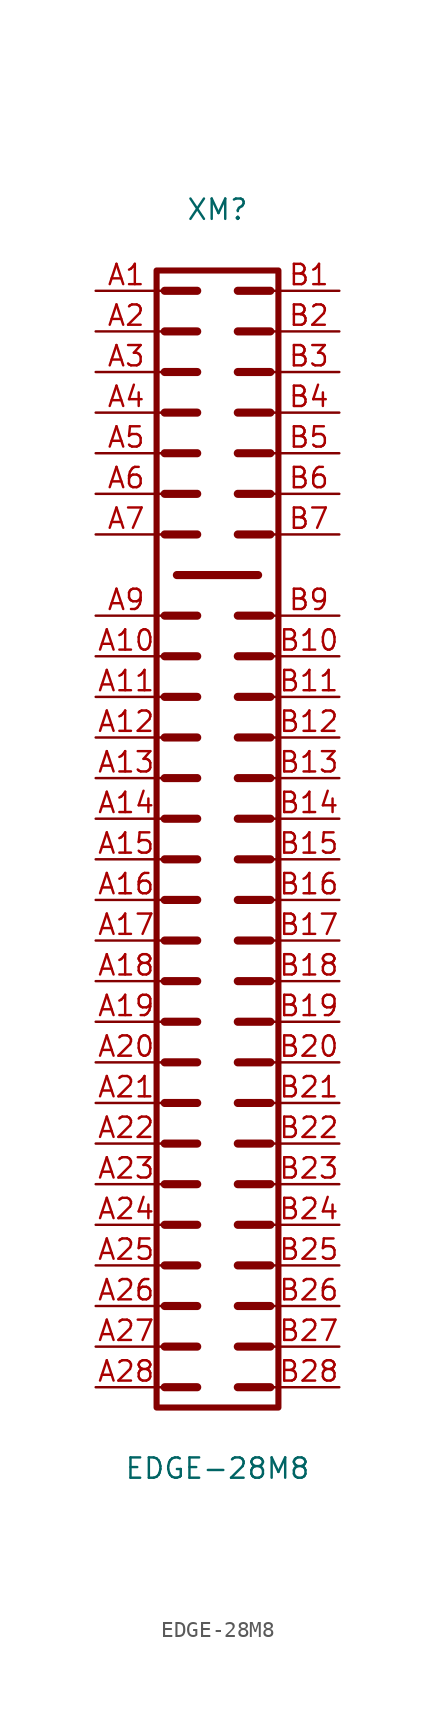
<source format=kicad_sym>
(kicad_symbol_lib
  (version 20231120)
  (generator "kicad_symbol_editor")
  (generator_version "8.0")
  (symbol "EDGE-28M8"
    (pin_names
      (offset 1.016))
    (property "Reference" "XM"
      (at 0 39.37 0)
      (effects (font (size 1.27 1.27))))
    (property "Value" "EDGE-28M8"
      (at 0 -39.37 0)
      (effects (font (size 1.27 1.27))))
    (symbol "EDGE-28M8_0_0"
      (polyline (pts (xy -2.54 16.51) (xy 2.54 16.51)) (stroke (width 0.508) (type default)) (fill (type none))))
    (symbol "EDGE-28M8_0_1"
      (rectangle (start -3.81 35.56) (end 3.81 -35.56) (stroke (width 0.381) (type default)) (fill (type none)))
      (polyline (pts (xy -3.81 -34.29) (xy -3.302 -34.29)) (stroke (width 0) (type default)) (fill (type none)))
      (polyline (pts (xy -3.81 -31.75) (xy -3.302 -31.75)) (stroke (width 0) (type default)) (fill (type none)))
      (polyline (pts (xy -3.81 -29.21) (xy -3.302 -29.21)) (stroke (width 0) (type default)) (fill (type none)))
      (polyline (pts (xy -3.81 -26.67) (xy -3.302 -26.67)) (stroke (width 0) (type default)) (fill (type none)))
      (polyline (pts (xy -3.81 -24.13) (xy -3.302 -24.13)) (stroke (width 0) (type default)) (fill (type none)))
      (polyline (pts (xy -3.81 -21.59) (xy -3.302 -21.59)) (stroke (width 0) (type default)) (fill (type none)))
      (polyline (pts (xy -3.81 -19.05) (xy -3.302 -19.05)) (stroke (width 0) (type default)) (fill (type none)))
      (polyline (pts (xy -3.81 -16.51) (xy -3.302 -16.51)) (stroke (width 0) (type default)) (fill (type none)))
      (polyline (pts (xy -3.81 -13.97) (xy -3.302 -13.97)) (stroke (width 0) (type default)) (fill (type none)))
      (polyline (pts (xy -3.81 -11.43) (xy -3.302 -11.43)) (stroke (width 0) (type default)) (fill (type none)))
      (polyline (pts (xy -3.81 -8.89) (xy -3.302 -8.89)) (stroke (width 0) (type default)) (fill (type none)))
      (polyline (pts (xy -3.81 -6.35) (xy -3.302 -6.35)) (stroke (width 0) (type default)) (fill (type none)))
      (polyline (pts (xy -3.81 -3.81) (xy -3.302 -3.81)) (stroke (width 0) (type default)) (fill (type none)))
      (polyline (pts (xy -3.81 -1.27) (xy -3.302 -1.27)) (stroke (width 0) (type default)) (fill (type none)))
      (polyline (pts (xy -3.81 1.27) (xy -3.302 1.27)) (stroke (width 0) (type default)) (fill (type none)))
      (polyline (pts (xy -3.81 3.81) (xy -3.302 3.81)) (stroke (width 0) (type default)) (fill (type none)))
      (polyline (pts (xy -3.81 6.35) (xy -3.302 6.35)) (stroke (width 0) (type default)) (fill (type none)))
      (polyline (pts (xy -3.81 8.89) (xy -3.302 8.89)) (stroke (width 0) (type default)) (fill (type none)))
      (polyline (pts (xy -3.81 11.43) (xy -3.302 11.43)) (stroke (width 0) (type default)) (fill (type none)))
      (polyline (pts (xy -3.81 13.97) (xy -3.302 13.97)) (stroke (width 0) (type default)) (fill (type none)))
      (polyline (pts (xy -3.81 19.05) (xy -3.302 19.05)) (stroke (width 0) (type default)) (fill (type none)))
      (polyline (pts (xy -3.81 21.59) (xy -3.302 21.59)) (stroke (width 0) (type default)) (fill (type none)))
      (polyline (pts (xy -3.81 24.13) (xy -3.302 24.13)) (stroke (width 0) (type default)) (fill (type none)))
      (polyline (pts (xy -3.81 26.67) (xy -3.302 26.67)) (stroke (width 0) (type default)) (fill (type none)))
      (polyline (pts (xy -3.81 29.21) (xy -3.302 29.21)) (stroke (width 0) (type default)) (fill (type none)))
      (polyline (pts (xy -3.81 31.75) (xy -3.302 31.75)) (stroke (width 0) (type default)) (fill (type none)))
      (polyline (pts (xy -3.81 34.29) (xy -3.302 34.29)) (stroke (width 0) (type default)) (fill (type none)))
      (polyline (pts (xy -3.302 -34.29) (xy -1.27 -34.29)) (stroke (width 0.508) (type default)) (fill (type none)))
      (polyline (pts (xy -3.302 -31.75) (xy -1.27 -31.75)) (stroke (width 0.508) (type default)) (fill (type none)))
      (polyline (pts (xy -3.302 -29.21) (xy -1.27 -29.21)) (stroke (width 0.508) (type default)) (fill (type none)))
      (polyline (pts (xy -3.302 -26.67) (xy -1.27 -26.67)) (stroke (width 0.508) (type default)) (fill (type none)))
      (polyline (pts (xy -3.302 -24.13) (xy -1.27 -24.13)) (stroke (width 0.508) (type default)) (fill (type none)))
      (polyline (pts (xy -3.302 -21.59) (xy -1.27 -21.59)) (stroke (width 0.508) (type default)) (fill (type none)))
      (polyline (pts (xy -3.302 -19.05) (xy -1.27 -19.05)) (stroke (width 0.508) (type default)) (fill (type none)))
      (polyline (pts (xy -3.302 -16.51) (xy -1.27 -16.51)) (stroke (width 0.508) (type default)) (fill (type none)))
      (polyline (pts (xy -3.302 -13.97) (xy -1.27 -13.97)) (stroke (width 0.508) (type default)) (fill (type none)))
      (polyline (pts (xy -3.302 -11.43) (xy -1.27 -11.43)) (stroke (width 0.508) (type default)) (fill (type none)))
      (polyline (pts (xy -3.302 -8.89) (xy -1.27 -8.89)) (stroke (width 0.508) (type default)) (fill (type none)))
      (polyline (pts (xy -3.302 -6.35) (xy -1.27 -6.35)) (stroke (width 0.508) (type default)) (fill (type none)))
      (polyline (pts (xy -3.302 -3.81) (xy -1.27 -3.81)) (stroke (width 0.508) (type default)) (fill (type none)))
      (polyline (pts (xy -3.302 -1.27) (xy -1.27 -1.27)) (stroke (width 0.508) (type default)) (fill (type none)))
      (polyline (pts (xy -3.302 1.27) (xy -1.27 1.27)) (stroke (width 0.508) (type default)) (fill (type none)))
      (polyline (pts (xy -3.302 3.81) (xy -1.27 3.81)) (stroke (width 0.508) (type default)) (fill (type none)))
      (polyline (pts (xy -3.302 6.35) (xy -1.27 6.35)) (stroke (width 0.508) (type default)) (fill (type none)))
      (polyline (pts (xy -3.302 8.89) (xy -1.27 8.89)) (stroke (width 0.508) (type default)) (fill (type none)))
      (polyline (pts (xy -3.302 11.43) (xy -1.27 11.43)) (stroke (width 0.508) (type default)) (fill (type none)))
      (polyline (pts (xy -3.302 13.97) (xy -1.27 13.97)) (stroke (width 0.508) (type default)) (fill (type none)))
      (polyline (pts (xy -3.302 19.05) (xy -1.27 19.05)) (stroke (width 0.508) (type default)) (fill (type none)))
      (polyline (pts (xy -3.302 21.59) (xy -1.27 21.59)) (stroke (width 0.508) (type default)) (fill (type none)))
      (polyline (pts (xy -3.302 24.13) (xy -1.27 24.13)) (stroke (width 0.508) (type default)) (fill (type none)))
      (polyline (pts (xy -3.302 26.67) (xy -1.27 26.67)) (stroke (width 0.508) (type default)) (fill (type none)))
      (polyline (pts (xy -3.302 29.21) (xy -1.27 29.21)) (stroke (width 0.508) (type default)) (fill (type none)))
      (polyline (pts (xy -3.302 31.75) (xy -1.27 31.75)) (stroke (width 0.508) (type default)) (fill (type none)))
      (polyline (pts (xy -3.302 34.29) (xy -1.27 34.29)) (stroke (width 0.508) (type default)) (fill (type none)))
      (polyline (pts (xy 3.302 -34.29) (xy 1.27 -34.29)) (stroke (width 0.508) (type default)) (fill (type none)))
      (polyline (pts (xy 3.302 -31.75) (xy 1.27 -31.75)) (stroke (width 0.508) (type default)) (fill (type none)))
      (polyline (pts (xy 3.302 -29.21) (xy 1.27 -29.21)) (stroke (width 0.508) (type default)) (fill (type none)))
      (polyline (pts (xy 3.302 -26.67) (xy 1.27 -26.67)) (stroke (width 0.508) (type default)) (fill (type none)))
      (polyline (pts (xy 3.302 -24.13) (xy 1.27 -24.13)) (stroke (width 0.508) (type default)) (fill (type none)))
      (polyline (pts (xy 3.302 -21.59) (xy 1.27 -21.59)) (stroke (width 0.508) (type default)) (fill (type none)))
      (polyline (pts (xy 3.302 -19.05) (xy 1.27 -19.05)) (stroke (width 0.508) (type default)) (fill (type none)))
      (polyline (pts (xy 3.302 -16.51) (xy 1.27 -16.51)) (stroke (width 0.508) (type default)) (fill (type none)))
      (polyline (pts (xy 3.302 -13.97) (xy 1.27 -13.97)) (stroke (width 0.508) (type default)) (fill (type none)))
      (polyline (pts (xy 3.302 -11.43) (xy 1.27 -11.43)) (stroke (width 0.508) (type default)) (fill (type none)))
      (polyline (pts (xy 3.302 -8.89) (xy 1.27 -8.89)) (stroke (width 0.508) (type default)) (fill (type none)))
      (polyline (pts (xy 3.302 -6.35) (xy 1.27 -6.35)) (stroke (width 0.508) (type default)) (fill (type none)))
      (polyline (pts (xy 3.302 -3.81) (xy 1.27 -3.81)) (stroke (width 0.508) (type default)) (fill (type none)))
      (polyline (pts (xy 3.302 -1.27) (xy 1.27 -1.27)) (stroke (width 0.508) (type default)) (fill (type none)))
      (polyline (pts (xy 3.302 1.27) (xy 1.27 1.27)) (stroke (width 0.508) (type default)) (fill (type none)))
      (polyline (pts (xy 3.302 3.81) (xy 1.27 3.81)) (stroke (width 0.508) (type default)) (fill (type none)))
      (polyline (pts (xy 3.302 6.35) (xy 1.27 6.35)) (stroke (width 0.508) (type default)) (fill (type none)))
      (polyline (pts (xy 3.302 8.89) (xy 1.27 8.89)) (stroke (width 0.508) (type default)) (fill (type none)))
      (polyline (pts (xy 3.302 11.43) (xy 1.27 11.43)) (stroke (width 0.508) (type default)) (fill (type none)))
      (polyline (pts (xy 3.302 13.97) (xy 1.27 13.97)) (stroke (width 0.508) (type default)) (fill (type none)))
      (polyline (pts (xy 3.302 19.05) (xy 1.27 19.05)) (stroke (width 0.508) (type default)) (fill (type none)))
      (polyline (pts (xy 3.302 21.59) (xy 1.27 21.59)) (stroke (width 0.508) (type default)) (fill (type none)))
      (polyline (pts (xy 3.302 24.13) (xy 1.27 24.13)) (stroke (width 0.508) (type default)) (fill (type none)))
      (polyline (pts (xy 3.302 26.67) (xy 1.27 26.67)) (stroke (width 0.508) (type default)) (fill (type none)))
      (polyline (pts (xy 3.302 29.21) (xy 1.27 29.21)) (stroke (width 0.508) (type default)) (fill (type none)))
      (polyline (pts (xy 3.302 31.75) (xy 1.27 31.75)) (stroke (width 0.508) (type default)) (fill (type none)))
      (polyline (pts (xy 3.302 34.29) (xy 1.27 34.29)) (stroke (width 0.508) (type default)) (fill (type none)))
      (polyline (pts (xy 3.81 -34.29) (xy 3.302 -34.29)) (stroke (width 0) (type default)) (fill (type none)))
      (polyline (pts (xy 3.81 -31.75) (xy 3.302 -31.75)) (stroke (width 0) (type default)) (fill (type none)))
      (polyline (pts (xy 3.81 -29.21) (xy 3.302 -29.21)) (stroke (width 0) (type default)) (fill (type none)))
      (polyline (pts (xy 3.81 -26.67) (xy 3.302 -26.67)) (stroke (width 0) (type default)) (fill (type none)))
      (polyline (pts (xy 3.81 -24.13) (xy 3.302 -24.13)) (stroke (width 0) (type default)) (fill (type none)))
      (polyline (pts (xy 3.81 -21.59) (xy 3.302 -21.59)) (stroke (width 0) (type default)) (fill (type none)))
      (polyline (pts (xy 3.81 -19.05) (xy 3.302 -19.05)) (stroke (width 0) (type default)) (fill (type none)))
      (polyline (pts (xy 3.81 -16.51) (xy 3.302 -16.51)) (stroke (width 0) (type default)) (fill (type none)))
      (polyline (pts (xy 3.81 -13.97) (xy 3.302 -13.97)) (stroke (width 0) (type default)) (fill (type none)))
      (polyline (pts (xy 3.81 -11.43) (xy 3.302 -11.43)) (stroke (width 0) (type default)) (fill (type none)))
      (polyline (pts (xy 3.81 -8.89) (xy 3.302 -8.89)) (stroke (width 0) (type default)) (fill (type none)))
      (polyline (pts (xy 3.81 -6.35) (xy 3.302 -6.35)) (stroke (width 0) (type default)) (fill (type none)))
      (polyline (pts (xy 3.81 -3.81) (xy 3.302 -3.81)) (stroke (width 0) (type default)) (fill (type none)))
      (polyline (pts (xy 3.81 -1.27) (xy 3.302 -1.27)) (stroke (width 0) (type default)) (fill (type none)))
      (polyline (pts (xy 3.81 1.27) (xy 3.302 1.27)) (stroke (width 0) (type default)) (fill (type none)))
      (polyline (pts (xy 3.81 3.81) (xy 3.302 3.81)) (stroke (width 0) (type default)) (fill (type none)))
      (polyline (pts (xy 3.81 6.35) (xy 3.302 6.35)) (stroke (width 0) (type default)) (fill (type none)))
      (polyline (pts (xy 3.81 8.89) (xy 3.302 8.89)) (stroke (width 0) (type default)) (fill (type none)))
      (polyline (pts (xy 3.81 11.43) (xy 3.302 11.43)) (stroke (width 0) (type default)) (fill (type none)))
      (polyline (pts (xy 3.81 13.97) (xy 3.302 13.97)) (stroke (width 0) (type default)) (fill (type none)))
      (polyline (pts (xy 3.81 19.05) (xy 3.302 19.05)) (stroke (width 0) (type default)) (fill (type none)))
      (polyline (pts (xy 3.81 21.59) (xy 3.302 21.59)) (stroke (width 0) (type default)) (fill (type none)))
      (polyline (pts (xy 3.81 24.13) (xy 3.302 24.13)) (stroke (width 0) (type default)) (fill (type none)))
      (polyline (pts (xy 3.81 26.67) (xy 3.302 26.67)) (stroke (width 0) (type default)) (fill (type none)))
      (polyline (pts (xy 3.81 29.21) (xy 3.302 29.21)) (stroke (width 0) (type default)) (fill (type none)))
      (polyline (pts (xy 3.81 31.75) (xy 3.302 31.75)) (stroke (width 0) (type default)) (fill (type none)))
      (polyline (pts (xy 3.81 34.29) (xy 3.302 34.29)) (stroke (width 0) (type default)) (fill (type none))))
    (symbol "EDGE-28M8_1_1"
      (pin passive line (at -7.62 34.29 0) (length 3.81) (name "~" (effects (font (size 1.27 1.27)))) (number "A1" (effects (font (size 1.27 1.27)))))
      (pin passive line (at -7.62 11.43 0) (length 3.81) (name "~" (effects (font (size 1.27 1.27)))) (number "A10" (effects (font (size 1.27 1.27)))))
      (pin passive line (at -7.62 8.89 0) (length 3.81) (name "~" (effects (font (size 1.27 1.27)))) (number "A11" (effects (font (size 1.27 1.27)))))
      (pin passive line (at -7.62 6.35 0) (length 3.81) (name "~" (effects (font (size 1.27 1.27)))) (number "A12" (effects (font (size 1.27 1.27)))))
      (pin passive line (at -7.62 3.81 0) (length 3.81) (name "~" (effects (font (size 1.27 1.27)))) (number "A13" (effects (font (size 1.27 1.27)))))
      (pin passive line (at -7.62 1.27 0) (length 3.81) (name "~" (effects (font (size 1.27 1.27)))) (number "A14" (effects (font (size 1.27 1.27)))))
      (pin passive line (at -7.62 -1.27 0) (length 3.81) (name "~" (effects (font (size 1.27 1.27)))) (number "A15" (effects (font (size 1.27 1.27)))))
      (pin passive line (at -7.62 -3.81 0) (length 3.81) (name "~" (effects (font (size 1.27 1.27)))) (number "A16" (effects (font (size 1.27 1.27)))))
      (pin passive line (at -7.62 -6.35 0) (length 3.81) (name "~" (effects (font (size 1.27 1.27)))) (number "A17" (effects (font (size 1.27 1.27)))))
      (pin passive line (at -7.62 -8.89 0) (length 3.81) (name "~" (effects (font (size 1.27 1.27)))) (number "A18" (effects (font (size 1.27 1.27)))))
      (pin passive line (at -7.62 -11.43 0) (length 3.81) (name "~" (effects (font (size 1.27 1.27)))) (number "A19" (effects (font (size 1.27 1.27)))))
      (pin passive line (at -7.62 31.75 0) (length 3.81) (name "~" (effects (font (size 1.27 1.27)))) (number "A2" (effects (font (size 1.27 1.27)))))
      (pin passive line (at -7.62 -13.97 0) (length 3.81) (name "~" (effects (font (size 1.27 1.27)))) (number "A20" (effects (font (size 1.27 1.27)))))
      (pin passive line (at -7.62 -16.51 0) (length 3.81) (name "~" (effects (font (size 1.27 1.27)))) (number "A21" (effects (font (size 1.27 1.27)))))
      (pin passive line (at -7.62 -19.05 0) (length 3.81) (name "~" (effects (font (size 1.27 1.27)))) (number "A22" (effects (font (size 1.27 1.27)))))
      (pin passive line (at -7.62 -21.59 0) (length 3.81) (name "~" (effects (font (size 1.27 1.27)))) (number "A23" (effects (font (size 1.27 1.27)))))
      (pin passive line (at -7.62 -24.13 0) (length 3.81) (name "~" (effects (font (size 1.27 1.27)))) (number "A24" (effects (font (size 1.27 1.27)))))
      (pin passive line (at -7.62 -26.67 0) (length 3.81) (name "~" (effects (font (size 1.27 1.27)))) (number "A25" (effects (font (size 1.27 1.27)))))
      (pin passive line (at -7.62 -29.21 0) (length 3.81) (name "~" (effects (font (size 1.27 1.27)))) (number "A26" (effects (font (size 1.27 1.27)))))
      (pin passive line (at -7.62 -31.75 0) (length 3.81) (name "~" (effects (font (size 1.27 1.27)))) (number "A27" (effects (font (size 1.27 1.27)))))
      (pin passive line (at -7.62 -34.29 0) (length 3.81) (name "~" (effects (font (size 1.27 1.27)))) (number "A28" (effects (font (size 1.27 1.27)))))
      (pin passive line (at -7.62 29.21 0) (length 3.81) (name "~" (effects (font (size 1.27 1.27)))) (number "A3" (effects (font (size 1.27 1.27)))))
      (pin passive line (at -7.62 26.67 0) (length 3.81) (name "~" (effects (font (size 1.27 1.27)))) (number "A4" (effects (font (size 1.27 1.27)))))
      (pin passive line (at -7.62 24.13 0) (length 3.81) (name "~" (effects (font (size 1.27 1.27)))) (number "A5" (effects (font (size 1.27 1.27)))))
      (pin passive line (at -7.62 21.59 0) (length 3.81) (name "~" (effects (font (size 1.27 1.27)))) (number "A6" (effects (font (size 1.27 1.27)))))
      (pin passive line (at -7.62 19.05 0) (length 3.81) (name "~" (effects (font (size 1.27 1.27)))) (number "A7" (effects (font (size 1.27 1.27)))))
      (pin passive line (at -7.62 13.97 0) (length 3.81) (name "~" (effects (font (size 1.27 1.27)))) (number "A9" (effects (font (size 1.27 1.27)))))
      (pin passive line (at 7.62 34.29 180) (length 3.81) (name "~" (effects (font (size 1.27 1.27)))) (number "B1" (effects (font (size 1.27 1.27)))))
      (pin passive line (at 7.62 11.43 180) (length 3.81) (name "~" (effects (font (size 1.27 1.27)))) (number "B10" (effects (font (size 1.27 1.27)))))
      (pin passive line (at 7.62 8.89 180) (length 3.81) (name "~" (effects (font (size 1.27 1.27)))) (number "B11" (effects (font (size 1.27 1.27)))))
      (pin passive line (at 7.62 6.35 180) (length 3.81) (name "~" (effects (font (size 1.27 1.27)))) (number "B12" (effects (font (size 1.27 1.27)))))
      (pin passive line (at 7.62 3.81 180) (length 3.81) (name "~" (effects (font (size 1.27 1.27)))) (number "B13" (effects (font (size 1.27 1.27)))))
      (pin passive line (at 7.62 1.27 180) (length 3.81) (name "~" (effects (font (size 1.27 1.27)))) (number "B14" (effects (font (size 1.27 1.27)))))
      (pin passive line (at 7.62 -1.27 180) (length 3.81) (name "~" (effects (font (size 1.27 1.27)))) (number "B15" (effects (font (size 1.27 1.27)))))
      (pin passive line (at 7.62 -3.81 180) (length 3.81) (name "~" (effects (font (size 1.27 1.27)))) (number "B16" (effects (font (size 1.27 1.27)))))
      (pin passive line (at 7.62 -6.35 180) (length 3.81) (name "~" (effects (font (size 1.27 1.27)))) (number "B17" (effects (font (size 1.27 1.27)))))
      (pin passive line (at 7.62 -8.89 180) (length 3.81) (name "~" (effects (font (size 1.27 1.27)))) (number "B18" (effects (font (size 1.27 1.27)))))
      (pin passive line (at 7.62 -11.43 180) (length 3.81) (name "~" (effects (font (size 1.27 1.27)))) (number "B19" (effects (font (size 1.27 1.27)))))
      (pin passive line (at 7.62 31.75 180) (length 3.81) (name "~" (effects (font (size 1.27 1.27)))) (number "B2" (effects (font (size 1.27 1.27)))))
      (pin passive line (at 7.62 -13.97 180) (length 3.81) (name "~" (effects (font (size 1.27 1.27)))) (number "B20" (effects (font (size 1.27 1.27)))))
      (pin passive line (at 7.62 -16.51 180) (length 3.81) (name "~" (effects (font (size 1.27 1.27)))) (number "B21" (effects (font (size 1.27 1.27)))))
      (pin passive line (at 7.62 -19.05 180) (length 3.81) (name "~" (effects (font (size 1.27 1.27)))) (number "B22" (effects (font (size 1.27 1.27)))))
      (pin passive line (at 7.62 -21.59 180) (length 3.81) (name "~" (effects (font (size 1.27 1.27)))) (number "B23" (effects (font (size 1.27 1.27)))))
      (pin passive line (at 7.62 -24.13 180) (length 3.81) (name "~" (effects (font (size 1.27 1.27)))) (number "B24" (effects (font (size 1.27 1.27)))))
      (pin passive line (at 7.62 -26.67 180) (length 3.81) (name "~" (effects (font (size 1.27 1.27)))) (number "B25" (effects (font (size 1.27 1.27)))))
      (pin passive line (at 7.62 -29.21 180) (length 3.81) (name "~" (effects (font (size 1.27 1.27)))) (number "B26" (effects (font (size 1.27 1.27)))))
      (pin passive line (at 7.62 -31.75 180) (length 3.81) (name "~" (effects (font (size 1.27 1.27)))) (number "B27" (effects (font (size 1.27 1.27)))))
      (pin passive line (at 7.62 -34.29 180) (length 3.81) (name "~" (effects (font (size 1.27 1.27)))) (number "B28" (effects (font (size 1.27 1.27)))))
      (pin passive line (at 7.62 29.21 180) (length 3.81) (name "~" (effects (font (size 1.27 1.27)))) (number "B3" (effects (font (size 1.27 1.27)))))
      (pin passive line (at 7.62 26.67 180) (length 3.81) (name "~" (effects (font (size 1.27 1.27)))) (number "B4" (effects (font (size 1.27 1.27)))))
      (pin passive line (at 7.62 24.13 180) (length 3.81) (name "~" (effects (font (size 1.27 1.27)))) (number "B5" (effects (font (size 1.27 1.27)))))
      (pin passive line (at 7.62 21.59 180) (length 3.81) (name "~" (effects (font (size 1.27 1.27)))) (number "B6" (effects (font (size 1.27 1.27)))))
      (pin passive line (at 7.62 19.05 180) (length 3.81) (name "~" (effects (font (size 1.27 1.27)))) (number "B7" (effects (font (size 1.27 1.27)))))
      (pin passive line (at 7.62 13.97 180) (length 3.81) (name "~" (effects (font (size 1.27 1.27)))) (number "B9" (effects (font (size 1.27 1.27))))))))
</source>
